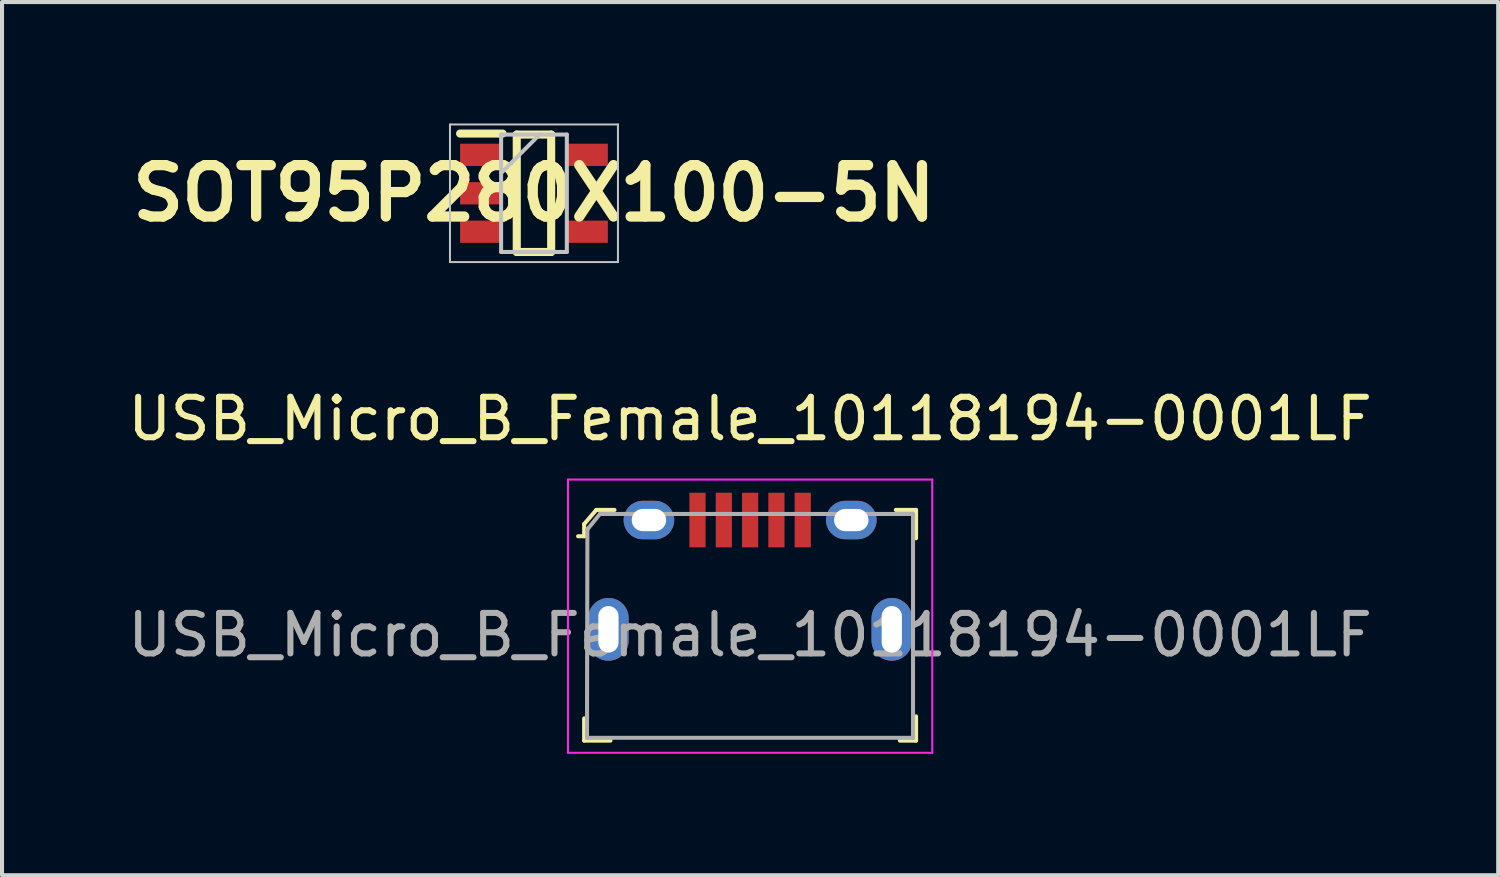
<source format=kicad_pcb>
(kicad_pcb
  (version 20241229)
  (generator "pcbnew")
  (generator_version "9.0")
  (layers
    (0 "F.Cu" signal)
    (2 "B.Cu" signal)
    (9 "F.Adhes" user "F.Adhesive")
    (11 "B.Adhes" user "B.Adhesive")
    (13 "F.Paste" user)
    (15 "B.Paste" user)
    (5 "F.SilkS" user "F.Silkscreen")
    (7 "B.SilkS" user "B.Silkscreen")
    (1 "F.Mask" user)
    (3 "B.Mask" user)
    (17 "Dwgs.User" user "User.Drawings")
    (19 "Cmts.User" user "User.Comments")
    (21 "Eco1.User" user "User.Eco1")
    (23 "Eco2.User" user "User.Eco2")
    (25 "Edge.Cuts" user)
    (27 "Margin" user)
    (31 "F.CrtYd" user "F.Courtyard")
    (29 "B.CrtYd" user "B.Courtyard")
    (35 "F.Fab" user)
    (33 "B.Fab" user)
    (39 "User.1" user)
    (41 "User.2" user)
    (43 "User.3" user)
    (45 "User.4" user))
  (footprint "USB_Micro_B_Female_10118194-0001LF"
    (layer "F.Cu")
    (at 15.482 9.798)
    (property "Reference" "USB_Micro_B_Female_10118194-0001LF" (at 0 -2.5 0) (layer "F.SilkS") (effects (font (size 1 1) (thickness 0.15))))
    (attr smd)
    (fp_line (start -4.1 0.1) (end -4.1 0.4) (stroke (width 0.1) (type solid)) (layer "F.SilkS"))
    (fp_line (start -4.1 0.4) (end -4.25 0.4) (stroke (width 0.1) (type solid)) (layer "F.SilkS"))
    (fp_line (start -4.1 4.9) (end -4.1 5.45) (stroke (width 0.1) (type solid)) (layer "F.SilkS"))
    (fp_line (start -4.1 5.45) (end -3.45 5.45) (stroke (width 0.1) (type solid)) (layer "F.SilkS"))
    (fp_line (start -3.8 -0.25) (end -4.1 0.1) (stroke (width 0.1) (type solid)) (layer "F.SilkS"))
    (fp_line (start -3.35 -0.25) (end -3.8 -0.25) (stroke (width 0.1) (type solid)) (layer "F.SilkS"))
    (fp_line (start 3.6 -0.25) (end 4.1 -0.25) (stroke (width 0.1) (type solid)) (layer "F.SilkS"))
    (fp_line (start 4.1 -0.25) (end 4.1 0.45) (stroke (width 0.1) (type solid)) (layer "F.SilkS"))
    (fp_line (start 4.1 4.85) (end 4.1 5.45) (stroke (width 0.1) (type solid)) (layer "F.SilkS"))
    (fp_line (start 4.1 5.45) (end 3.7 5.45) (stroke (width 0.1) (type solid)) (layer "F.SilkS"))
    (fp_line (start -4.5 -1) (end 4.5 -1) (stroke (width 0.05) (type solid)) (layer "F.CrtYd"))
    (fp_line (start -4.5 5.75) (end -4.5 -1) (stroke (width 0.05) (type solid)) (layer "F.CrtYd"))
    (fp_line (start -4.5 5.75) (end 4.5 5.75) (stroke (width 0.05) (type solid)) (layer "F.CrtYd"))
    (fp_line (start 4.5 5.75) (end 4.5 -1) (stroke (width 0.05) (type solid)) (layer "F.CrtYd"))
    (fp_line (start -4.03 5.38) (end -4.02 0.23) (stroke (width 0.1) (type solid)) (layer "F.Fab"))
    (fp_line (start -4.025 5.38) (end 4.025 5.38) (stroke (width 0.1) (type solid)) (layer "F.Fab"))
    (fp_line (start -4.02 0.23) (end -3.71 -0.15) (stroke (width 0.1) (type solid)) (layer "F.Fab"))
    (fp_line (start 4.02 -0.15) (end -3.71 -0.15) (stroke (width 0.1) (type solid)) (layer "F.Fab"))
    (fp_line (start 4.025 5.38) (end 4.025 -0.15) (stroke (width 0.1) (type solid)) (layer "F.Fab"))
    (fp_text user "${REFERENCE}" (at 0 2.84 0) (layer "F.Fab") (effects (font (size 1 1) (thickness 0.15))))
    (pad "1" smd rect (at -1.3 0) (size 0.4 1.35) (layers "F.Cu" "F.Mask" "F.Paste"))
    (pad "2" smd rect (at -0.65 0) (size 0.4 1.35) (layers "F.Cu" "F.Mask" "F.Paste"))
    (pad "3" smd rect (at 0 0) (size 0.4 1.35) (layers "F.Cu" "F.Mask" "F.Paste"))
    (pad "4" smd rect (at 0.65 0) (size 0.4 1.35) (layers "F.Cu" "F.Mask" "F.Paste"))
    (pad "5" smd rect (at 1.3 0) (size 0.4 1.35) (layers "F.Cu" "F.Mask" "F.Paste"))
    (pad "SH" thru_hole oval (at -3.5 2.7) (size 1 1.55) (drill oval 0.5 1.15) (layers "*.Cu" "*.Mask"))
    (pad "SH" thru_hole oval (at -2.5 0) (size 1.25 0.95) (drill oval 0.85 0.55) (layers "*.Cu" "*.Mask"))
    (pad "SH" thru_hole oval (at 2.5 0) (size 1.25 0.95) (drill oval 0.85 0.55) (layers "*.Cu" "*.Mask"))
    (pad "SH" thru_hole oval (at 3.5 2.7) (size 1 1.55) (drill oval 0.5 1.15) (layers "*.Cu" "*.Mask")))
  (footprint "SOT95P280X100-5N"
    (layer "F.Cu")
    (at 10.142 1.725)
    (property "Reference" "SOT95P280X100-5N" (at 0 0 180) (layer "F.SilkS") (effects (font (size 1.27 1.27) (thickness 0.254))))
    (attr smd)
    (fp_line (start -1.825 -1.475) (end -0.775 -1.475) (stroke (width 0.2) (type solid)) (layer "F.SilkS"))
    (fp_line (start -0.425 -1.45) (end 0.425 -1.45) (stroke (width 0.2) (type solid)) (layer "F.SilkS"))
    (fp_line (start -0.425 1.45) (end -0.425 -1.45) (stroke (width 0.2) (type solid)) (layer "F.SilkS"))
    (fp_line (start 0.425 -1.45) (end 0.425 1.45) (stroke (width 0.2) (type solid)) (layer "F.SilkS"))
    (fp_line (start 0.425 1.45) (end -0.425 1.45) (stroke (width 0.2) (type solid)) (layer "F.SilkS"))
    (fp_line (start -2.075 -1.7) (end 2.075 -1.7) (stroke (width 0.05) (type solid)) (layer "Dwgs.User"))
    (fp_line (start -2.075 1.7) (end -2.075 -1.7) (stroke (width 0.05) (type solid)) (layer "Dwgs.User"))
    (fp_line (start -0.812 -1.45) (end 0.812 -1.45) (stroke (width 0.1) (type solid)) (layer "Dwgs.User"))
    (fp_line (start -0.812 -0.5) (end 0.138 -1.45) (stroke (width 0.1) (type solid)) (layer "Dwgs.User"))
    (fp_line (start -0.812 1.45) (end -0.812 -1.45) (stroke (width 0.1) (type solid)) (layer "Dwgs.User"))
    (fp_line (start 0.812 -1.45) (end 0.812 1.45) (stroke (width 0.1) (type solid)) (layer "Dwgs.User"))
    (fp_line (start 0.812 1.45) (end -0.812 1.45) (stroke (width 0.1) (type solid)) (layer "Dwgs.User"))
    (fp_line (start 2.075 -1.7) (end 2.075 1.7) (stroke (width 0.05) (type solid)) (layer "Dwgs.User"))
    (fp_line (start 2.075 1.7) (end -2.075 1.7) (stroke (width 0.05) (type solid)) (layer "Dwgs.User"))
    (pad "1" smd rect (at -1.3 -0.95 90) (size 0.55 1.05) (layers "F.Cu" "F.Mask" "F.Paste"))
    (pad "2" smd rect (at -1.3 0 90) (size 0.55 1.05) (layers "F.Cu" "F.Mask" "F.Paste"))
    (pad "3" smd rect (at -1.3 0.95 90) (size 0.55 1.05) (layers "F.Cu" "F.Mask" "F.Paste"))
    (pad "4" smd rect (at 1.3 0.95 90) (size 0.55 1.05) (layers "F.Cu" "F.Mask" "F.Paste"))
    (pad "5" smd rect (at 1.3 -0.95 90) (size 0.55 1.05) (layers "F.Cu" "F.Mask" "F.Paste")))
  (gr_rect
    (start -3 -3)
    (end 33.964 18.573)
    (stroke (width 0.1) (type default))
    (fill no)
    (layer "Edge.Cuts")))
</source>
